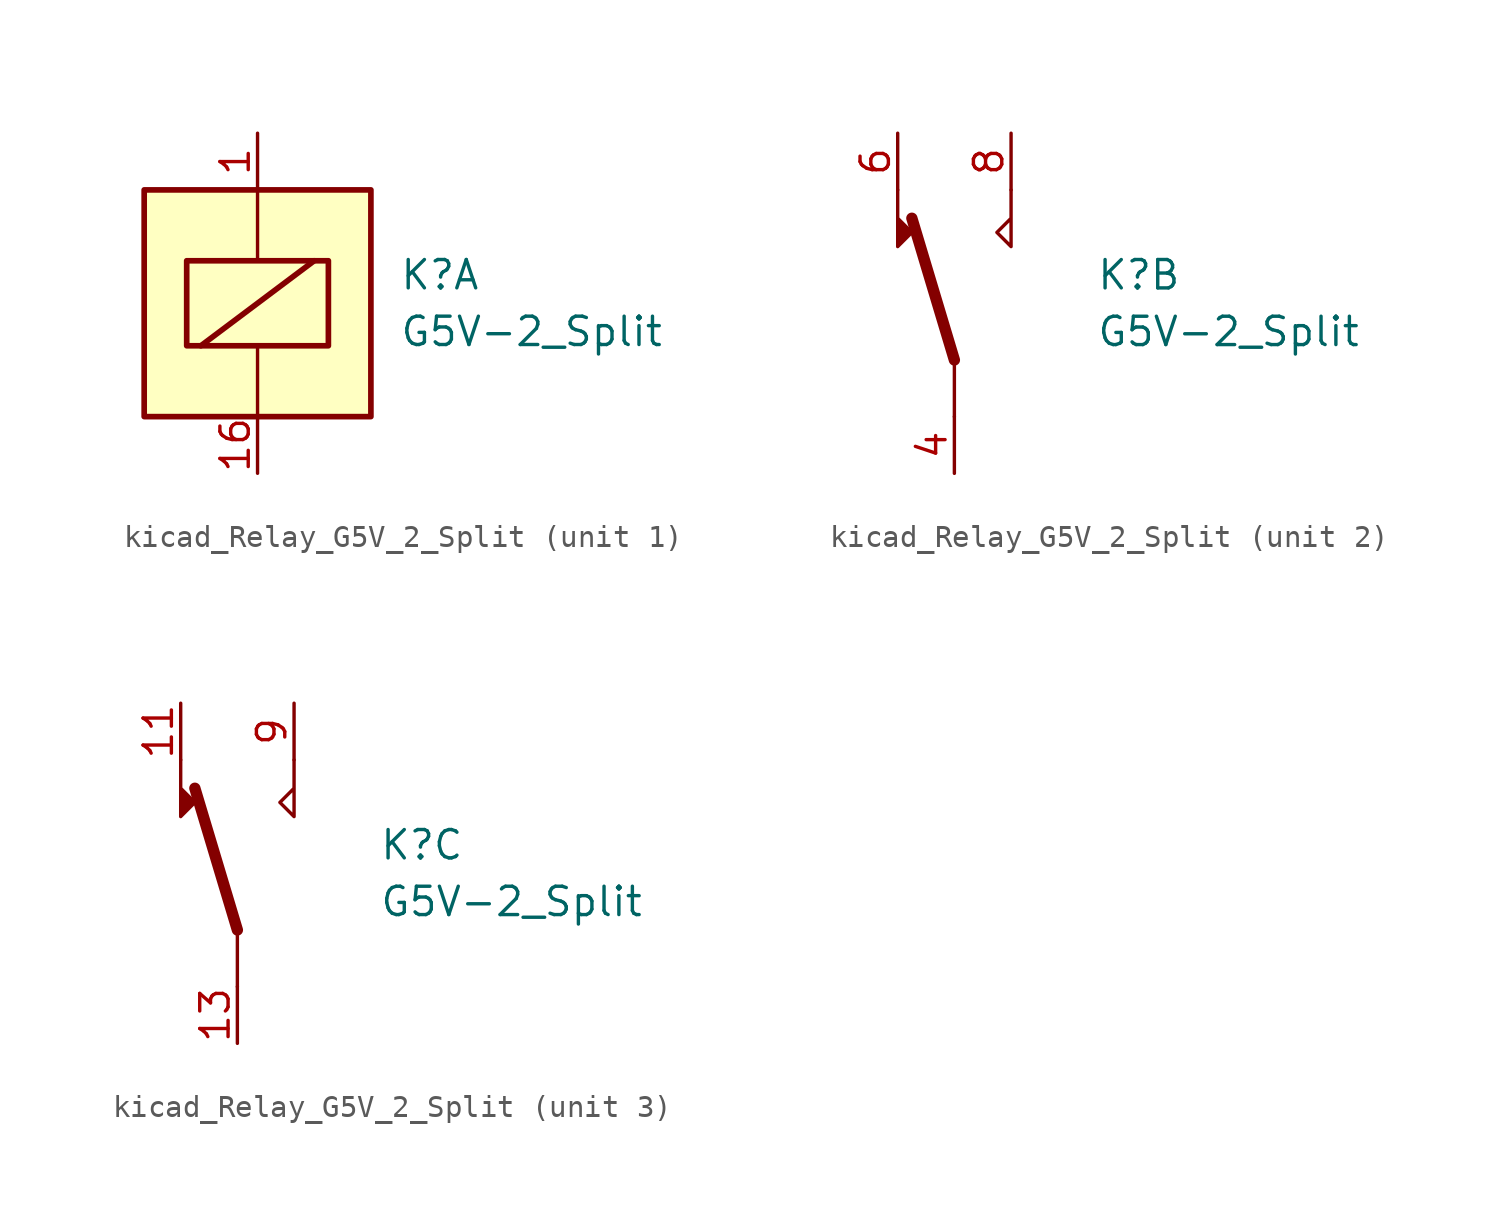
<source format=kicad_sym>
(kicad_symbol_lib
  (version 20220914)
  (generator kicad_symbol_editor)
  (symbol "kicad_Relay_G5V_2_Split"
    (property "Reference" "K"
      (at 6.35 1.27 0)
      (effects (font (size 1.27 1.27)) (justify left)))
    (property "Value" "G5V-2_Split"
      (at 6.35 -1.27 0)
      (effects (font (size 1.27 1.27)) (justify left)))
    (property "ki_locked" ""
      (at 0 0 0)
      (effects (font (size 1.27 1.27))))
    (symbol "kicad_Relay_G5V_2_Split_1_1"
      (rectangle (start -5.08 5.08) (end 5.08 -5.08) (stroke (width 0.254) (type default)) (fill (type background)))
      (rectangle (start -3.175 1.905) (end 3.175 -1.905) (stroke (width 0.254) (type default)) (fill (type none)))
      (polyline (pts (xy -2.54 -1.905) (xy 2.54 1.905)) (stroke (width 0.254) (type default)) (fill (type none)))
      (polyline (pts (xy 0 -5.08) (xy 0 -1.905)) (stroke (width 0) (type default)) (fill (type none)))
      (polyline (pts (xy 0 5.08) (xy 0 1.905)) (stroke (width 0) (type default)) (fill (type none)))
      (pin passive line (at 0 7.62 270) (length 2.54) (name "~" (effects (font (size 1.27 1.27)))) (number "1" (effects (font (size 1.27 1.27)))))
      (pin passive line (at 0 -7.62 90) (length 2.54) (name "~" (effects (font (size 1.27 1.27)))) (number "16" (effects (font (size 1.27 1.27))))))
    (symbol "kicad_Relay_G5V_2_Split_2_1"
      (polyline (pts (xy 0 -2.54) (xy -1.905 3.81)) (stroke (width 0.508) (type default)) (fill (type none)))
      (polyline (pts (xy 0 -2.54) (xy 0 -5.08)) (stroke (width 0) (type default)) (fill (type none)))
      (polyline (pts (xy -2.54 5.08) (xy -2.54 2.54) (xy -1.905 3.175) (xy -2.54 3.81)) (stroke (width 0) (type default)) (fill (type outline)))
      (polyline (pts (xy 2.54 5.08) (xy 2.54 2.54) (xy 1.905 3.175) (xy 2.54 3.81)) (stroke (width 0) (type default)) (fill (type none)))
      (pin passive line (at 0 -7.62 90) (length 2.54) (name "~" (effects (font (size 1.27 1.27)))) (number "4" (effects (font (size 1.27 1.27)))))
      (pin passive line (at -2.54 7.62 270) (length 2.54) (name "~" (effects (font (size 1.27 1.27)))) (number "6" (effects (font (size 1.27 1.27)))))
      (pin passive line (at 2.54 7.62 270) (length 2.54) (name "~" (effects (font (size 1.27 1.27)))) (number "8" (effects (font (size 1.27 1.27))))))
    (symbol "kicad_Relay_G5V_2_Split_3_1"
      (polyline (pts (xy 0 -2.54) (xy -1.905 3.81)) (stroke (width 0.508) (type default)) (fill (type none)))
      (polyline (pts (xy 0 -2.54) (xy 0 -5.08)) (stroke (width 0) (type default)) (fill (type none)))
      (polyline (pts (xy -2.54 5.08) (xy -2.54 2.54) (xy -1.905 3.175) (xy -2.54 3.81)) (stroke (width 0) (type default)) (fill (type outline)))
      (polyline (pts (xy 2.54 5.08) (xy 2.54 2.54) (xy 1.905 3.175) (xy 2.54 3.81)) (stroke (width 0) (type default)) (fill (type none)))
      (pin passive line (at -2.54 7.62 270) (length 2.54) (name "~" (effects (font (size 1.27 1.27)))) (number "11" (effects (font (size 1.27 1.27)))))
      (pin passive line (at 0 -7.62 90) (length 2.54) (name "~" (effects (font (size 1.27 1.27)))) (number "13" (effects (font (size 1.27 1.27)))))
      (pin passive line (at 2.54 7.62 270) (length 2.54) (name "~" (effects (font (size 1.27 1.27)))) (number "9" (effects (font (size 1.27 1.27))))))))
</source>
